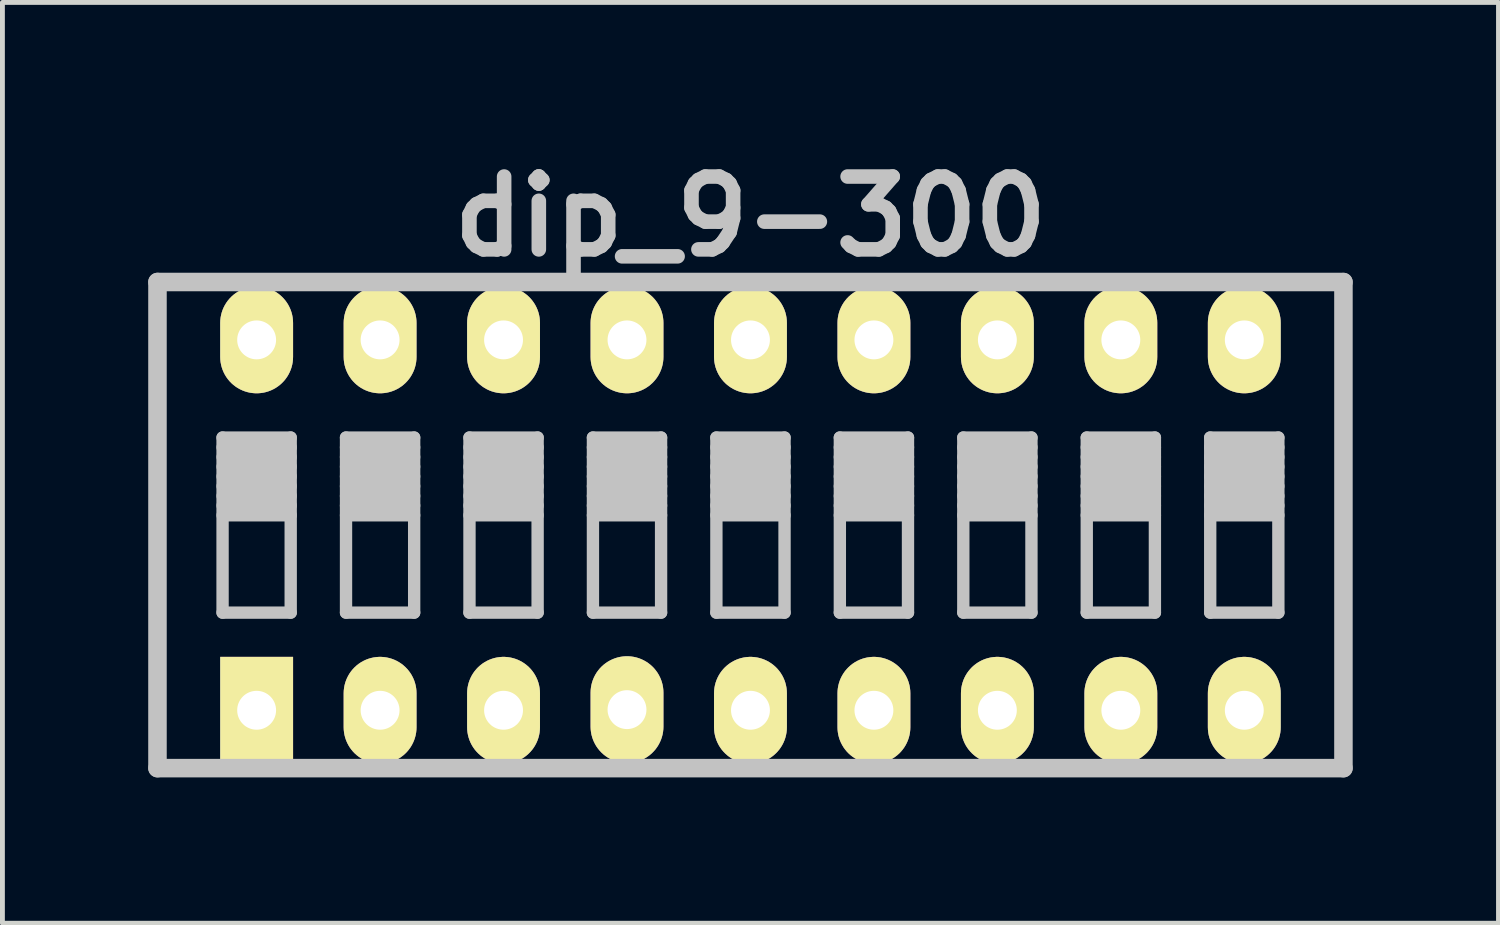
<source format=kicad_pcb>
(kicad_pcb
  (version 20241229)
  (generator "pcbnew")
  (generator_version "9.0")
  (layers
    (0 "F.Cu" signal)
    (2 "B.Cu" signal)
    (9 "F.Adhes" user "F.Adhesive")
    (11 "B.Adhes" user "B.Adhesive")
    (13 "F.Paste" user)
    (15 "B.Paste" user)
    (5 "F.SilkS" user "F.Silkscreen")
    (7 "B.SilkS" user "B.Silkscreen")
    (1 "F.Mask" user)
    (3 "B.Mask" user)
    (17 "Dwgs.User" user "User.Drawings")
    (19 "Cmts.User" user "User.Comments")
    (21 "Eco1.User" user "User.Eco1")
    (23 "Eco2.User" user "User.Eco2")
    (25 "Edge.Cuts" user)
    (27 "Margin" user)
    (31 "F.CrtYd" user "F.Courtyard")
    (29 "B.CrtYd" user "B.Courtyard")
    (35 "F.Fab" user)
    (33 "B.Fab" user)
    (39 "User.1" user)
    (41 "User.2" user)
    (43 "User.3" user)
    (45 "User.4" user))
  (footprint "dip_9-300"
    (layer "F.Cu")
    (at 12.39 7.753)
    (property "Reference" "dip_9-300" (at 0 -6.35 0) (layer "Dwgs.User") (effects (font (size 1.499 1.499) (thickness 0.3))))
    (attr through_hole)
    (fp_line (start -12.2 5.001) (end -12.2 -5.001) (stroke (width 0.381) (type solid)) (layer "Dwgs.User"))
    (fp_line (start -12.2 5.001) (end 12.2 5.001) (stroke (width 0.381) (type solid)) (layer "Dwgs.User"))
    (fp_line (start -10.861 -1.801) (end -10.861 1.801) (stroke (width 0.254) (type solid)) (layer "Dwgs.User"))
    (fp_line (start -10.861 -1.6) (end -9.459 -1.6) (stroke (width 0.254) (type solid)) (layer "Dwgs.User"))
    (fp_line (start -10.861 -1.4) (end -9.459 -1.4) (stroke (width 0.254) (type solid)) (layer "Dwgs.User"))
    (fp_line (start -10.861 -1.201) (end -9.459 -1.201) (stroke (width 0.254) (type solid)) (layer "Dwgs.User"))
    (fp_line (start -10.861 -1.001) (end -9.459 -1.001) (stroke (width 0.254) (type solid)) (layer "Dwgs.User"))
    (fp_line (start -10.861 -0.8) (end -9.459 -0.8) (stroke (width 0.254) (type solid)) (layer "Dwgs.User"))
    (fp_line (start -10.861 -0.599) (end -9.459 -0.599) (stroke (width 0.254) (type solid)) (layer "Dwgs.User"))
    (fp_line (start -10.861 -0.401) (end -9.459 -0.401) (stroke (width 0.254) (type solid)) (layer "Dwgs.User"))
    (fp_line (start -10.861 -0.201) (end -9.459 -0.201) (stroke (width 0.254) (type solid)) (layer "Dwgs.User"))
    (fp_line (start -10.861 1.801) (end -9.459 1.801) (stroke (width 0.254) (type solid)) (layer "Dwgs.User"))
    (fp_line (start -9.459 -1.801) (end -10.861 -1.801) (stroke (width 0.254) (type solid)) (layer "Dwgs.User"))
    (fp_line (start -9.459 1.801) (end -9.459 -1.801) (stroke (width 0.254) (type solid)) (layer "Dwgs.User"))
    (fp_line (start -8.321 -1.801) (end -8.321 1.801) (stroke (width 0.254) (type solid)) (layer "Dwgs.User"))
    (fp_line (start -8.321 -1.6) (end -6.919 -1.6) (stroke (width 0.254) (type solid)) (layer "Dwgs.User"))
    (fp_line (start -8.321 -1.4) (end -6.919 -1.4) (stroke (width 0.254) (type solid)) (layer "Dwgs.User"))
    (fp_line (start -8.321 -1.201) (end -6.919 -1.201) (stroke (width 0.254) (type solid)) (layer "Dwgs.User"))
    (fp_line (start -8.321 -1.001) (end -6.919 -1.001) (stroke (width 0.254) (type solid)) (layer "Dwgs.User"))
    (fp_line (start -8.321 -0.8) (end -6.919 -0.8) (stroke (width 0.254) (type solid)) (layer "Dwgs.User"))
    (fp_line (start -8.321 -0.599) (end -6.919 -0.599) (stroke (width 0.254) (type solid)) (layer "Dwgs.User"))
    (fp_line (start -8.321 -0.401) (end -6.919 -0.401) (stroke (width 0.254) (type solid)) (layer "Dwgs.User"))
    (fp_line (start -8.321 -0.201) (end -6.919 -0.201) (stroke (width 0.254) (type solid)) (layer "Dwgs.User"))
    (fp_line (start -8.321 1.801) (end -6.919 1.801) (stroke (width 0.254) (type solid)) (layer "Dwgs.User"))
    (fp_line (start -6.919 -1.801) (end -8.321 -1.801) (stroke (width 0.254) (type solid)) (layer "Dwgs.User"))
    (fp_line (start -6.919 1.801) (end -6.919 -1.801) (stroke (width 0.254) (type solid)) (layer "Dwgs.User"))
    (fp_line (start -5.781 -1.801) (end -5.781 1.801) (stroke (width 0.254) (type solid)) (layer "Dwgs.User"))
    (fp_line (start -5.781 -1.6) (end -4.379 -1.6) (stroke (width 0.254) (type solid)) (layer "Dwgs.User"))
    (fp_line (start -5.781 -1.4) (end -4.379 -1.4) (stroke (width 0.254) (type solid)) (layer "Dwgs.User"))
    (fp_line (start -5.781 -1.201) (end -4.379 -1.201) (stroke (width 0.254) (type solid)) (layer "Dwgs.User"))
    (fp_line (start -5.781 -1.001) (end -4.379 -1.001) (stroke (width 0.254) (type solid)) (layer "Dwgs.User"))
    (fp_line (start -5.781 -0.8) (end -4.379 -0.8) (stroke (width 0.254) (type solid)) (layer "Dwgs.User"))
    (fp_line (start -5.781 -0.599) (end -4.379 -0.599) (stroke (width 0.254) (type solid)) (layer "Dwgs.User"))
    (fp_line (start -5.781 -0.401) (end -4.379 -0.401) (stroke (width 0.254) (type solid)) (layer "Dwgs.User"))
    (fp_line (start -5.781 -0.201) (end -4.379 -0.201) (stroke (width 0.254) (type solid)) (layer "Dwgs.User"))
    (fp_line (start -5.781 1.801) (end -4.379 1.801) (stroke (width 0.254) (type solid)) (layer "Dwgs.User"))
    (fp_line (start -4.379 -1.801) (end -5.781 -1.801) (stroke (width 0.254) (type solid)) (layer "Dwgs.User"))
    (fp_line (start -4.379 1.801) (end -4.379 -1.801) (stroke (width 0.254) (type solid)) (layer "Dwgs.User"))
    (fp_line (start -3.241 -1.801) (end -3.241 1.801) (stroke (width 0.254) (type solid)) (layer "Dwgs.User"))
    (fp_line (start -3.241 -1.6) (end -1.839 -1.6) (stroke (width 0.254) (type solid)) (layer "Dwgs.User"))
    (fp_line (start -3.241 -1.4) (end -1.839 -1.4) (stroke (width 0.254) (type solid)) (layer "Dwgs.User"))
    (fp_line (start -3.241 -1.201) (end -1.839 -1.201) (stroke (width 0.254) (type solid)) (layer "Dwgs.User"))
    (fp_line (start -3.241 -1.001) (end -1.839 -1.001) (stroke (width 0.254) (type solid)) (layer "Dwgs.User"))
    (fp_line (start -3.241 -0.8) (end -1.839 -0.8) (stroke (width 0.254) (type solid)) (layer "Dwgs.User"))
    (fp_line (start -3.241 -0.599) (end -1.839 -0.599) (stroke (width 0.254) (type solid)) (layer "Dwgs.User"))
    (fp_line (start -3.241 -0.401) (end -1.839 -0.401) (stroke (width 0.254) (type solid)) (layer "Dwgs.User"))
    (fp_line (start -3.241 -0.201) (end -1.839 -0.201) (stroke (width 0.254) (type solid)) (layer "Dwgs.User"))
    (fp_line (start -3.241 1.801) (end -1.839 1.801) (stroke (width 0.254) (type solid)) (layer "Dwgs.User"))
    (fp_line (start -1.839 -1.801) (end -3.241 -1.801) (stroke (width 0.254) (type solid)) (layer "Dwgs.User"))
    (fp_line (start -1.839 1.801) (end -1.839 -1.801) (stroke (width 0.254) (type solid)) (layer "Dwgs.User"))
    (fp_line (start -0.701 -1.801) (end -0.701 1.801) (stroke (width 0.254) (type solid)) (layer "Dwgs.User"))
    (fp_line (start -0.701 -1.6) (end 0.701 -1.6) (stroke (width 0.254) (type solid)) (layer "Dwgs.User"))
    (fp_line (start -0.701 -1.4) (end 0.701 -1.4) (stroke (width 0.254) (type solid)) (layer "Dwgs.User"))
    (fp_line (start -0.701 -1.201) (end 0.701 -1.201) (stroke (width 0.254) (type solid)) (layer "Dwgs.User"))
    (fp_line (start -0.701 -1.001) (end 0.701 -1.001) (stroke (width 0.254) (type solid)) (layer "Dwgs.User"))
    (fp_line (start -0.701 -0.8) (end 0.701 -0.8) (stroke (width 0.254) (type solid)) (layer "Dwgs.User"))
    (fp_line (start -0.701 -0.599) (end 0.701 -0.599) (stroke (width 0.254) (type solid)) (layer "Dwgs.User"))
    (fp_line (start -0.701 -0.401) (end 0.701 -0.401) (stroke (width 0.254) (type solid)) (layer "Dwgs.User"))
    (fp_line (start -0.701 -0.201) (end 0.701 -0.201) (stroke (width 0.254) (type solid)) (layer "Dwgs.User"))
    (fp_line (start -0.701 1.801) (end 0.701 1.801) (stroke (width 0.254) (type solid)) (layer "Dwgs.User"))
    (fp_line (start 0.701 -1.801) (end -0.701 -1.801) (stroke (width 0.254) (type solid)) (layer "Dwgs.User"))
    (fp_line (start 0.701 1.801) (end 0.701 -1.801) (stroke (width 0.254) (type solid)) (layer "Dwgs.User"))
    (fp_line (start 1.839 -1.801) (end 1.839 1.801) (stroke (width 0.254) (type solid)) (layer "Dwgs.User"))
    (fp_line (start 1.839 -1.6) (end 3.241 -1.6) (stroke (width 0.254) (type solid)) (layer "Dwgs.User"))
    (fp_line (start 1.839 -1.4) (end 3.241 -1.4) (stroke (width 0.254) (type solid)) (layer "Dwgs.User"))
    (fp_line (start 1.839 -1.201) (end 3.241 -1.201) (stroke (width 0.254) (type solid)) (layer "Dwgs.User"))
    (fp_line (start 1.839 -1.001) (end 3.241 -1.001) (stroke (width 0.254) (type solid)) (layer "Dwgs.User"))
    (fp_line (start 1.839 -0.8) (end 3.241 -0.8) (stroke (width 0.254) (type solid)) (layer "Dwgs.User"))
    (fp_line (start 1.839 -0.599) (end 3.241 -0.599) (stroke (width 0.254) (type solid)) (layer "Dwgs.User"))
    (fp_line (start 1.839 -0.401) (end 3.241 -0.401) (stroke (width 0.254) (type solid)) (layer "Dwgs.User"))
    (fp_line (start 1.839 -0.201) (end 3.241 -0.201) (stroke (width 0.254) (type solid)) (layer "Dwgs.User"))
    (fp_line (start 1.839 1.801) (end 3.241 1.801) (stroke (width 0.254) (type solid)) (layer "Dwgs.User"))
    (fp_line (start 3.241 -1.801) (end 1.839 -1.801) (stroke (width 0.254) (type solid)) (layer "Dwgs.User"))
    (fp_line (start 3.241 1.801) (end 3.241 -1.801) (stroke (width 0.254) (type solid)) (layer "Dwgs.User"))
    (fp_line (start 4.379 -1.801) (end 4.379 1.801) (stroke (width 0.254) (type solid)) (layer "Dwgs.User"))
    (fp_line (start 4.379 -1.6) (end 5.781 -1.6) (stroke (width 0.254) (type solid)) (layer "Dwgs.User"))
    (fp_line (start 4.379 -1.4) (end 5.781 -1.4) (stroke (width 0.254) (type solid)) (layer "Dwgs.User"))
    (fp_line (start 4.379 -1.201) (end 5.781 -1.201) (stroke (width 0.254) (type solid)) (layer "Dwgs.User"))
    (fp_line (start 4.379 -1.001) (end 5.781 -1.001) (stroke (width 0.254) (type solid)) (layer "Dwgs.User"))
    (fp_line (start 4.379 -0.8) (end 5.781 -0.8) (stroke (width 0.254) (type solid)) (layer "Dwgs.User"))
    (fp_line (start 4.379 -0.599) (end 5.781 -0.599) (stroke (width 0.254) (type solid)) (layer "Dwgs.User"))
    (fp_line (start 4.379 -0.401) (end 5.781 -0.401) (stroke (width 0.254) (type solid)) (layer "Dwgs.User"))
    (fp_line (start 4.379 -0.201) (end 5.781 -0.201) (stroke (width 0.254) (type solid)) (layer "Dwgs.User"))
    (fp_line (start 4.379 1.801) (end 5.781 1.801) (stroke (width 0.254) (type solid)) (layer "Dwgs.User"))
    (fp_line (start 5.781 -1.801) (end 4.379 -1.801) (stroke (width 0.254) (type solid)) (layer "Dwgs.User"))
    (fp_line (start 5.781 1.801) (end 5.781 -1.801) (stroke (width 0.254) (type solid)) (layer "Dwgs.User"))
    (fp_line (start 6.919 -1.801) (end 6.919 1.801) (stroke (width 0.254) (type solid)) (layer "Dwgs.User"))
    (fp_line (start 6.919 -1.6) (end 8.321 -1.6) (stroke (width 0.254) (type solid)) (layer "Dwgs.User"))
    (fp_line (start 6.919 -1.4) (end 8.321 -1.4) (stroke (width 0.254) (type solid)) (layer "Dwgs.User"))
    (fp_line (start 6.919 -1.201) (end 8.321 -1.201) (stroke (width 0.254) (type solid)) (layer "Dwgs.User"))
    (fp_line (start 6.919 -1.001) (end 8.321 -1.001) (stroke (width 0.254) (type solid)) (layer "Dwgs.User"))
    (fp_line (start 6.919 -0.8) (end 8.321 -0.8) (stroke (width 0.254) (type solid)) (layer "Dwgs.User"))
    (fp_line (start 6.919 -0.599) (end 8.321 -0.599) (stroke (width 0.254) (type solid)) (layer "Dwgs.User"))
    (fp_line (start 6.919 -0.401) (end 8.321 -0.401) (stroke (width 0.254) (type solid)) (layer "Dwgs.User"))
    (fp_line (start 6.919 -0.201) (end 8.321 -0.201) (stroke (width 0.254) (type solid)) (layer "Dwgs.User"))
    (fp_line (start 6.919 1.801) (end 8.321 1.801) (stroke (width 0.254) (type solid)) (layer "Dwgs.User"))
    (fp_line (start 8.321 -1.801) (end 6.919 -1.801) (stroke (width 0.254) (type solid)) (layer "Dwgs.User"))
    (fp_line (start 8.321 1.801) (end 8.321 -1.801) (stroke (width 0.254) (type solid)) (layer "Dwgs.User"))
    (fp_line (start 9.459 -1.801) (end 9.459 1.801) (stroke (width 0.254) (type solid)) (layer "Dwgs.User"))
    (fp_line (start 9.459 -1.6) (end 10.861 -1.6) (stroke (width 0.254) (type solid)) (layer "Dwgs.User"))
    (fp_line (start 9.459 -1.4) (end 10.861 -1.4) (stroke (width 0.254) (type solid)) (layer "Dwgs.User"))
    (fp_line (start 9.459 -1.201) (end 10.861 -1.201) (stroke (width 0.254) (type solid)) (layer "Dwgs.User"))
    (fp_line (start 9.459 -1.001) (end 10.861 -1.001) (stroke (width 0.254) (type solid)) (layer "Dwgs.User"))
    (fp_line (start 9.459 -0.8) (end 10.861 -0.8) (stroke (width 0.254) (type solid)) (layer "Dwgs.User"))
    (fp_line (start 9.459 -0.599) (end 10.861 -0.599) (stroke (width 0.254) (type solid)) (layer "Dwgs.User"))
    (fp_line (start 9.459 -0.401) (end 10.861 -0.401) (stroke (width 0.254) (type solid)) (layer "Dwgs.User"))
    (fp_line (start 9.459 -0.201) (end 10.861 -0.201) (stroke (width 0.254) (type solid)) (layer "Dwgs.User"))
    (fp_line (start 9.459 1.801) (end 10.861 1.801) (stroke (width 0.254) (type solid)) (layer "Dwgs.User"))
    (fp_line (start 10.861 -1.801) (end 9.459 -1.801) (stroke (width 0.254) (type solid)) (layer "Dwgs.User"))
    (fp_line (start 10.861 1.801) (end 10.861 -1.801) (stroke (width 0.254) (type solid)) (layer "Dwgs.User"))
    (fp_line (start 12.2 -5.001) (end -12.2 -5.001) (stroke (width 0.381) (type solid)) (layer "Dwgs.User"))
    (fp_line (start 12.2 -4.999) (end 12.2 5.001) (stroke (width 0.381) (type solid)) (layer "Dwgs.User"))
    (pad "1" thru_hole rect (at -10.16 3.81) (size 1.499 2.197) (drill 0.8) (layers "*.Cu" "*.Mask" "F.SilkS"))
    (pad "2" thru_hole oval (at -7.62 3.81) (size 1.499 2.197) (drill 0.8) (layers "*.Cu" "*.Mask" "F.SilkS"))
    (pad "3" thru_hole oval (at -5.08 3.81) (size 1.499 2.197) (drill 0.8) (layers "*.Cu" "*.Mask" "F.SilkS"))
    (pad "4" thru_hole oval (at -2.54 3.797) (size 1.499 2.197) (drill 0.8) (layers "*.Cu" "*.Mask" "F.SilkS"))
    (pad "5" thru_hole oval (at 0 3.81) (size 1.499 2.197) (drill 0.8) (layers "*.Cu" "*.Mask" "F.SilkS"))
    (pad "6" thru_hole oval (at 2.54 3.81) (size 1.499 2.197) (drill 0.8) (layers "*.Cu" "*.Mask" "F.SilkS"))
    (pad "7" thru_hole oval (at 5.08 3.81) (size 1.499 2.197) (drill 0.8) (layers "*.Cu" "*.Mask" "F.SilkS"))
    (pad "8" thru_hole oval (at 7.62 3.81) (size 1.499 2.197) (drill 0.8) (layers "*.Cu" "*.Mask" "F.SilkS"))
    (pad "9" thru_hole oval (at 10.16 3.81) (size 1.499 2.197) (drill 0.8) (layers "*.Cu" "*.Mask" "F.SilkS"))
    (pad "10" thru_hole oval (at 10.16 -3.81) (size 1.499 2.197) (drill 0.8) (layers "*.Cu" "*.Mask" "F.SilkS"))
    (pad "11" thru_hole oval (at 7.62 -3.81) (size 1.499 2.197) (drill 0.8) (layers "*.Cu" "*.Mask" "F.SilkS"))
    (pad "12" thru_hole oval (at 5.08 -3.81) (size 1.499 2.197) (drill 0.8) (layers "*.Cu" "*.Mask" "F.SilkS"))
    (pad "13" thru_hole oval (at 2.54 -3.81) (size 1.499 2.197) (drill 0.8) (layers "*.Cu" "*.Mask" "F.SilkS"))
    (pad "14" thru_hole oval (at 0 -3.81) (size 1.499 2.197) (drill 0.8) (layers "*.Cu" "*.Mask" "F.SilkS"))
    (pad "15" thru_hole oval (at -2.54 -3.81) (size 1.499 2.197) (drill 0.8) (layers "*.Cu" "*.Mask" "F.SilkS"))
    (pad "16" thru_hole oval (at -5.08 -3.81) (size 1.499 2.197) (drill 0.8) (layers "*.Cu" "*.Mask" "F.SilkS"))
    (pad "17" thru_hole oval (at -7.62 -3.81) (size 1.499 2.197) (drill 0.8) (layers "*.Cu" "*.Mask" "F.SilkS"))
    (pad "18" thru_hole oval (at -10.16 -3.81) (size 1.499 2.197) (drill 0.8) (layers "*.Cu" "*.Mask" "F.SilkS")))
  (gr_rect
    (start -3 -3)
    (end 27.78 15.944)
    (stroke (width 0.1) (type default))
    (fill no)
    (layer "Edge.Cuts")))
</source>
